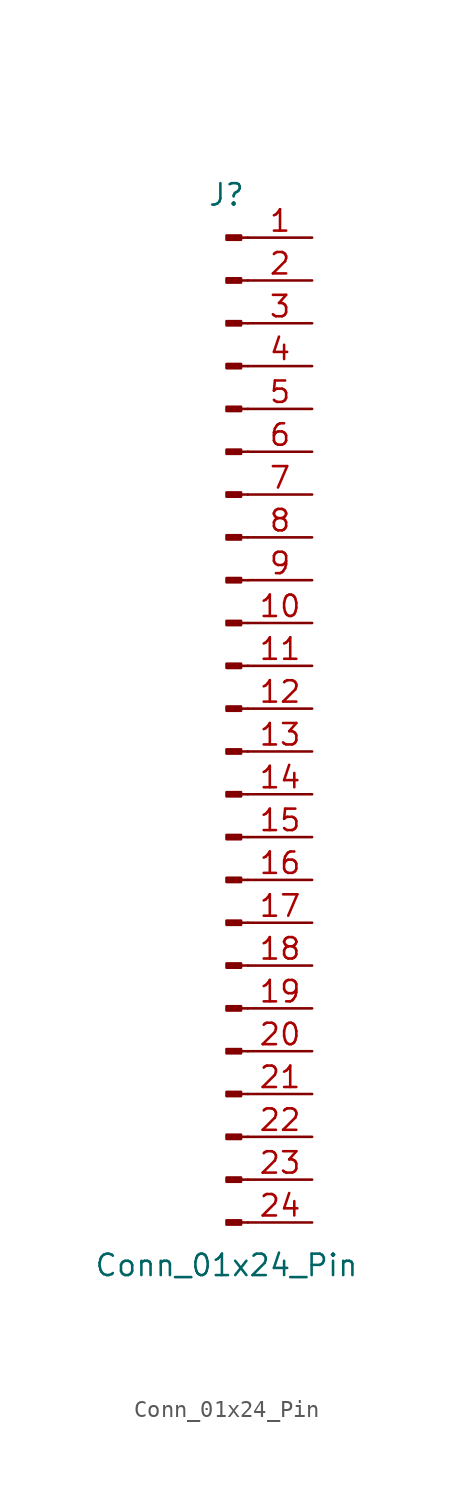
<source format=kicad_sym>
(kicad_symbol_lib
  (version 20241209)
  (generator "kicad_symbol_editor")
  (generator_version "9.0")
  (symbol "Conn_01x24_Pin"
    (pin_names
      (offset 1.016)
      (hide yes))
    (property "Reference" "J"
      (at 0 30.48 0)
      (effects (font (size 1.27 1.27))))
    (property "Value" "Conn_01x24_Pin"
      (at 0 -33.02 0)
      (effects (font (size 1.27 1.27))))
    (property "ki_locked" ""
      (at 0 0 0)
      (effects (font (size 1.27 1.27))))
    (symbol "Conn_01x24_Pin_1_1"
      (rectangle (start 0.864 28.067) (end 0 27.813) (stroke (width 0.152) (type default)) (fill (type outline)))
      (rectangle (start 0.864 25.527) (end 0 25.273) (stroke (width 0.152) (type default)) (fill (type outline)))
      (rectangle (start 0.864 22.987) (end 0 22.733) (stroke (width 0.152) (type default)) (fill (type outline)))
      (rectangle (start 0.864 20.447) (end 0 20.193) (stroke (width 0.152) (type default)) (fill (type outline)))
      (rectangle (start 0.864 17.907) (end 0 17.653) (stroke (width 0.152) (type default)) (fill (type outline)))
      (rectangle (start 0.864 15.367) (end 0 15.113) (stroke (width 0.152) (type default)) (fill (type outline)))
      (rectangle (start 0.864 12.827) (end 0 12.573) (stroke (width 0.152) (type default)) (fill (type outline)))
      (rectangle (start 0.864 10.287) (end 0 10.033) (stroke (width 0.152) (type default)) (fill (type outline)))
      (rectangle (start 0.864 7.747) (end 0 7.493) (stroke (width 0.152) (type default)) (fill (type outline)))
      (rectangle (start 0.864 5.207) (end 0 4.953) (stroke (width 0.152) (type default)) (fill (type outline)))
      (rectangle (start 0.864 2.667) (end 0 2.413) (stroke (width 0.152) (type default)) (fill (type outline)))
      (rectangle (start 0.864 0.127) (end 0 -0.127) (stroke (width 0.152) (type default)) (fill (type outline)))
      (rectangle (start 0.864 -2.413) (end 0 -2.667) (stroke (width 0.152) (type default)) (fill (type outline)))
      (rectangle (start 0.864 -4.953) (end 0 -5.207) (stroke (width 0.152) (type default)) (fill (type outline)))
      (rectangle (start 0.864 -7.493) (end 0 -7.747) (stroke (width 0.152) (type default)) (fill (type outline)))
      (rectangle (start 0.864 -10.033) (end 0 -10.287) (stroke (width 0.152) (type default)) (fill (type outline)))
      (rectangle (start 0.864 -12.573) (end 0 -12.827) (stroke (width 0.152) (type default)) (fill (type outline)))
      (rectangle (start 0.864 -15.113) (end 0 -15.367) (stroke (width 0.152) (type default)) (fill (type outline)))
      (rectangle (start 0.864 -17.653) (end 0 -17.907) (stroke (width 0.152) (type default)) (fill (type outline)))
      (rectangle (start 0.864 -20.193) (end 0 -20.447) (stroke (width 0.152) (type default)) (fill (type outline)))
      (rectangle (start 0.864 -22.733) (end 0 -22.987) (stroke (width 0.152) (type default)) (fill (type outline)))
      (rectangle (start 0.864 -25.273) (end 0 -25.527) (stroke (width 0.152) (type default)) (fill (type outline)))
      (rectangle (start 0.864 -27.813) (end 0 -28.067) (stroke (width 0.152) (type default)) (fill (type outline)))
      (rectangle (start 0.864 -30.353) (end 0 -30.607) (stroke (width 0.152) (type default)) (fill (type outline)))
      (polyline (pts (xy 1.27 27.94) (xy 0.864 27.94)) (stroke (width 0.152) (type default)) (fill (type none)))
      (polyline (pts (xy 1.27 25.4) (xy 0.864 25.4)) (stroke (width 0.152) (type default)) (fill (type none)))
      (polyline (pts (xy 1.27 22.86) (xy 0.864 22.86)) (stroke (width 0.152) (type default)) (fill (type none)))
      (polyline (pts (xy 1.27 20.32) (xy 0.864 20.32)) (stroke (width 0.152) (type default)) (fill (type none)))
      (polyline (pts (xy 1.27 17.78) (xy 0.864 17.78)) (stroke (width 0.152) (type default)) (fill (type none)))
      (polyline (pts (xy 1.27 15.24) (xy 0.864 15.24)) (stroke (width 0.152) (type default)) (fill (type none)))
      (polyline (pts (xy 1.27 12.7) (xy 0.864 12.7)) (stroke (width 0.152) (type default)) (fill (type none)))
      (polyline (pts (xy 1.27 10.16) (xy 0.864 10.16)) (stroke (width 0.152) (type default)) (fill (type none)))
      (polyline (pts (xy 1.27 7.62) (xy 0.864 7.62)) (stroke (width 0.152) (type default)) (fill (type none)))
      (polyline (pts (xy 1.27 5.08) (xy 0.864 5.08)) (stroke (width 0.152) (type default)) (fill (type none)))
      (polyline (pts (xy 1.27 2.54) (xy 0.864 2.54)) (stroke (width 0.152) (type default)) (fill (type none)))
      (polyline (pts (xy 1.27 0) (xy 0.864 0)) (stroke (width 0.152) (type default)) (fill (type none)))
      (polyline (pts (xy 1.27 -2.54) (xy 0.864 -2.54)) (stroke (width 0.152) (type default)) (fill (type none)))
      (polyline (pts (xy 1.27 -5.08) (xy 0.864 -5.08)) (stroke (width 0.152) (type default)) (fill (type none)))
      (polyline (pts (xy 1.27 -7.62) (xy 0.864 -7.62)) (stroke (width 0.152) (type default)) (fill (type none)))
      (polyline (pts (xy 1.27 -10.16) (xy 0.864 -10.16)) (stroke (width 0.152) (type default)) (fill (type none)))
      (polyline (pts (xy 1.27 -12.7) (xy 0.864 -12.7)) (stroke (width 0.152) (type default)) (fill (type none)))
      (polyline (pts (xy 1.27 -15.24) (xy 0.864 -15.24)) (stroke (width 0.152) (type default)) (fill (type none)))
      (polyline (pts (xy 1.27 -17.78) (xy 0.864 -17.78)) (stroke (width 0.152) (type default)) (fill (type none)))
      (polyline (pts (xy 1.27 -20.32) (xy 0.864 -20.32)) (stroke (width 0.152) (type default)) (fill (type none)))
      (polyline (pts (xy 1.27 -22.86) (xy 0.864 -22.86)) (stroke (width 0.152) (type default)) (fill (type none)))
      (polyline (pts (xy 1.27 -25.4) (xy 0.864 -25.4)) (stroke (width 0.152) (type default)) (fill (type none)))
      (polyline (pts (xy 1.27 -27.94) (xy 0.864 -27.94)) (stroke (width 0.152) (type default)) (fill (type none)))
      (polyline (pts (xy 1.27 -30.48) (xy 0.864 -30.48)) (stroke (width 0.152) (type default)) (fill (type none)))
      (pin passive line (at 5.08 27.94 180) (length 3.81) (name "Pin_1" (effects (font (size 1.27 1.27)))) (number "1" (effects (font (size 1.27 1.27)))))
      (pin passive line (at 5.08 25.4 180) (length 3.81) (name "Pin_2" (effects (font (size 1.27 1.27)))) (number "2" (effects (font (size 1.27 1.27)))))
      (pin passive line (at 5.08 22.86 180) (length 3.81) (name "Pin_3" (effects (font (size 1.27 1.27)))) (number "3" (effects (font (size 1.27 1.27)))))
      (pin passive line (at 5.08 20.32 180) (length 3.81) (name "Pin_4" (effects (font (size 1.27 1.27)))) (number "4" (effects (font (size 1.27 1.27)))))
      (pin passive line (at 5.08 17.78 180) (length 3.81) (name "Pin_5" (effects (font (size 1.27 1.27)))) (number "5" (effects (font (size 1.27 1.27)))))
      (pin passive line (at 5.08 15.24 180) (length 3.81) (name "Pin_6" (effects (font (size 1.27 1.27)))) (number "6" (effects (font (size 1.27 1.27)))))
      (pin passive line (at 5.08 12.7 180) (length 3.81) (name "Pin_7" (effects (font (size 1.27 1.27)))) (number "7" (effects (font (size 1.27 1.27)))))
      (pin passive line (at 5.08 10.16 180) (length 3.81) (name "Pin_8" (effects (font (size 1.27 1.27)))) (number "8" (effects (font (size 1.27 1.27)))))
      (pin passive line (at 5.08 7.62 180) (length 3.81) (name "Pin_9" (effects (font (size 1.27 1.27)))) (number "9" (effects (font (size 1.27 1.27)))))
      (pin passive line (at 5.08 5.08 180) (length 3.81) (name "Pin_10" (effects (font (size 1.27 1.27)))) (number "10" (effects (font (size 1.27 1.27)))))
      (pin passive line (at 5.08 2.54 180) (length 3.81) (name "Pin_11" (effects (font (size 1.27 1.27)))) (number "11" (effects (font (size 1.27 1.27)))))
      (pin passive line (at 5.08 0 180) (length 3.81) (name "Pin_12" (effects (font (size 1.27 1.27)))) (number "12" (effects (font (size 1.27 1.27)))))
      (pin passive line (at 5.08 -2.54 180) (length 3.81) (name "Pin_13" (effects (font (size 1.27 1.27)))) (number "13" (effects (font (size 1.27 1.27)))))
      (pin passive line (at 5.08 -5.08 180) (length 3.81) (name "Pin_14" (effects (font (size 1.27 1.27)))) (number "14" (effects (font (size 1.27 1.27)))))
      (pin passive line (at 5.08 -7.62 180) (length 3.81) (name "Pin_15" (effects (font (size 1.27 1.27)))) (number "15" (effects (font (size 1.27 1.27)))))
      (pin passive line (at 5.08 -10.16 180) (length 3.81) (name "Pin_16" (effects (font (size 1.27 1.27)))) (number "16" (effects (font (size 1.27 1.27)))))
      (pin passive line (at 5.08 -12.7 180) (length 3.81) (name "Pin_17" (effects (font (size 1.27 1.27)))) (number "17" (effects (font (size 1.27 1.27)))))
      (pin passive line (at 5.08 -15.24 180) (length 3.81) (name "Pin_18" (effects (font (size 1.27 1.27)))) (number "18" (effects (font (size 1.27 1.27)))))
      (pin passive line (at 5.08 -17.78 180) (length 3.81) (name "Pin_19" (effects (font (size 1.27 1.27)))) (number "19" (effects (font (size 1.27 1.27)))))
      (pin passive line (at 5.08 -20.32 180) (length 3.81) (name "Pin_20" (effects (font (size 1.27 1.27)))) (number "20" (effects (font (size 1.27 1.27)))))
      (pin passive line (at 5.08 -22.86 180) (length 3.81) (name "Pin_21" (effects (font (size 1.27 1.27)))) (number "21" (effects (font (size 1.27 1.27)))))
      (pin passive line (at 5.08 -25.4 180) (length 3.81) (name "Pin_22" (effects (font (size 1.27 1.27)))) (number "22" (effects (font (size 1.27 1.27)))))
      (pin passive line (at 5.08 -27.94 180) (length 3.81) (name "Pin_23" (effects (font (size 1.27 1.27)))) (number "23" (effects (font (size 1.27 1.27)))))
      (pin passive line (at 5.08 -30.48 180) (length 3.81) (name "Pin_24" (effects (font (size 1.27 1.27)))) (number "24" (effects (font (size 1.27 1.27))))))))
</source>
